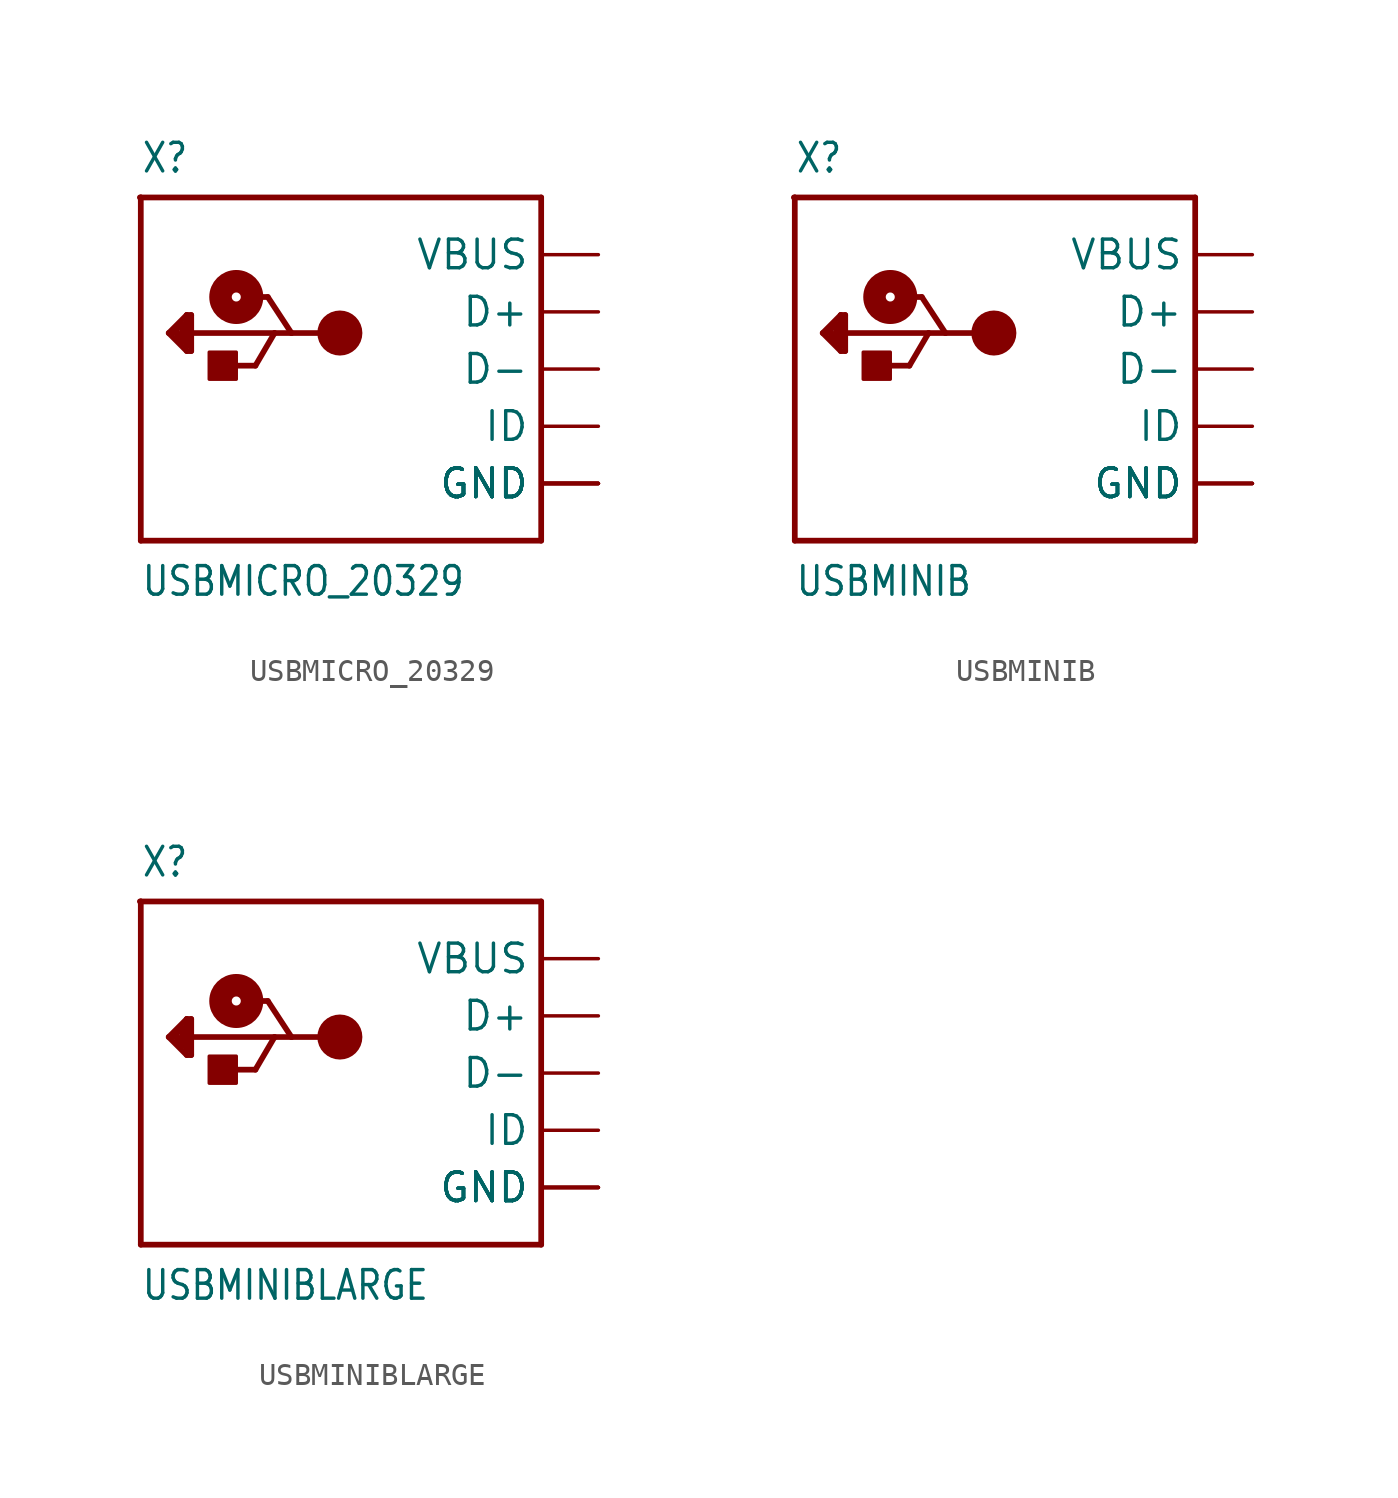
<source format=kicad_sym>
(kicad_symbol_lib
  (version 20211014)
  (generator kicad_symbol_editor)
  (symbol "USBMICRO_20329"
    (property "Reference" "X"
      (at -10.16 8.636 0)
      (effects (font (size 1.27 1.079)) (justify left bottom)))
    (property "Value" "USBMICRO_20329"
      (at -10.16 -10.16 0)
      (effects (font (size 1.27 1.079)) (justify left bottom)))
    (property "ki_locked" ""
      (at 0 0 0)
      (effects (font (size 1.27 1.27))))
    (symbol "USBMICRO_20329_1_0"
      (rectangle (start -7.12 -0.45) (end -5.92 0.75) (stroke (width 0) (type default) (color 0 0 0 0)) (fill (type outline)))
      (circle (center -5.92 3.2) (radius 0.2) (stroke (width 1) (type default) (color 0 0 0 0)) (fill (type none)))
      (circle (center -1.32 1.6) (radius 0.5) (stroke (width 1) (type default) (color 0 0 0 0)) (fill (type none)))
      (polyline (pts (xy -10.2 7.62) (xy -10.16 7.62)) (stroke (width 0.254) (type default) (color 0 0 0 0)) (fill (type none)))
      (polyline (pts (xy -10.16 -7.62) (xy 7.62 -7.62)) (stroke (width 0.254) (type default) (color 0 0 0 0)) (fill (type none)))
      (polyline (pts (xy -10.16 7.62) (xy -10.16 -7.62)) (stroke (width 0.254) (type default) (color 0 0 0 0)) (fill (type none)))
      (polyline (pts (xy -10.16 7.62) (xy 7.62 7.62)) (stroke (width 0.254) (type default) (color 0 0 0 0)) (fill (type none)))
      (polyline (pts (xy -8.92 1.6) (xy -8.12 2.4)) (stroke (width 0.254) (type default) (color 0 0 0 0)) (fill (type none)))
      (polyline (pts (xy -8.52 1.4) (xy -8.32 1.2)) (stroke (width 0.254) (type default) (color 0 0 0 0)) (fill (type none)))
      (polyline (pts (xy -8.52 1.6) (xy -8.52 1.4)) (stroke (width 0.254) (type default) (color 0 0 0 0)) (fill (type none)))
      (polyline (pts (xy -8.32 1.2) (xy -8.32 2)) (stroke (width 0.254) (type default) (color 0 0 0 0)) (fill (type none)))
      (polyline (pts (xy -8.32 2) (xy -8.72 1.6)) (stroke (width 0.254) (type default) (color 0 0 0 0)) (fill (type none)))
      (polyline (pts (xy -8.12 0.8) (xy -8.92 1.6)) (stroke (width 0.254) (type default) (color 0 0 0 0)) (fill (type none)))
      (polyline (pts (xy -8.12 1) (xy -8.12 2.4)) (stroke (width 0.254) (type default) (color 0 0 0 0)) (fill (type none)))
      (polyline (pts (xy -8.12 2.4) (xy -7.92 2.4)) (stroke (width 0.254) (type default) (color 0 0 0 0)) (fill (type none)))
      (polyline (pts (xy -7.92 0.8) (xy -8.12 0.8)) (stroke (width 0.254) (type default) (color 0 0 0 0)) (fill (type none)))
      (polyline (pts (xy -7.92 1.6) (xy -7.92 0.8)) (stroke (width 0.254) (type default) (color 0 0 0 0)) (fill (type none)))
      (polyline (pts (xy -7.92 2.4) (xy -7.92 1.6)) (stroke (width 0.254) (type default) (color 0 0 0 0)) (fill (type none)))
      (polyline (pts (xy -6.27 0.15) (xy -5.07 0.15)) (stroke (width 0.254) (type default) (color 0 0 0 0)) (fill (type none)))
      (polyline (pts (xy -5.52 3.2) (xy -4.52 3.2)) (stroke (width 0.254) (type default) (color 0 0 0 0)) (fill (type none)))
      (polyline (pts (xy -5.07 0.15) (xy -4.22 1.6)) (stroke (width 0.254) (type default) (color 0 0 0 0)) (fill (type none)))
      (polyline (pts (xy -4.52 3.2) (xy -3.47 1.6)) (stroke (width 0.254) (type default) (color 0 0 0 0)) (fill (type none)))
      (polyline (pts (xy -4.22 1.6) (xy -7.92 1.6)) (stroke (width 0.254) (type default) (color 0 0 0 0)) (fill (type none)))
      (polyline (pts (xy -3.47 1.6) (xy -4.22 1.6)) (stroke (width 0.254) (type default) (color 0 0 0 0)) (fill (type none)))
      (polyline (pts (xy -1.32 1.6) (xy -3.47 1.6)) (stroke (width 0.254) (type default) (color 0 0 0 0)) (fill (type none)))
      (polyline (pts (xy 7.62 7.62) (xy 7.62 -7.62)) (stroke (width 0.254) (type default) (color 0 0 0 0)) (fill (type none)))
      (pin power_in line (at 10.16 -5.08 180) (length 2.54) (name "GND" (effects (font (size 1.27 1.27)))) (number "BASE@1" (effects (font (size 0 0)))))
      (pin power_in line (at 10.16 -5.08 180) (length 2.54) (name "GND" (effects (font (size 1.27 1.27)))) (number "BASE@2" (effects (font (size 0 0)))))
      (pin bidirectional line (at 10.16 2.54 180) (length 2.54) (name "D+" (effects (font (size 1.27 1.27)))) (number "D+" (effects (font (size 0 0)))))
      (pin bidirectional line (at 10.16 0 180) (length 2.54) (name "D-" (effects (font (size 1.27 1.27)))) (number "D-" (effects (font (size 0 0)))))
      (pin power_in line (at 10.16 -5.08 180) (length 2.54) (name "GND" (effects (font (size 1.27 1.27)))) (number "GND" (effects (font (size 0 0)))))
      (pin bidirectional line (at 10.16 -2.54 180) (length 2.54) (name "ID" (effects (font (size 1.27 1.27)))) (number "ID" (effects (font (size 0 0)))))
      (pin power_in line (at 10.16 -5.08 180) (length 2.54) (name "GND" (effects (font (size 1.27 1.27)))) (number "SPRT@1" (effects (font (size 0 0)))))
      (pin power_in line (at 10.16 -5.08 180) (length 2.54) (name "GND" (effects (font (size 1.27 1.27)))) (number "SPRT@2" (effects (font (size 0 0)))))
      (pin power_in line (at 10.16 -5.08 180) (length 2.54) (name "GND" (effects (font (size 1.27 1.27)))) (number "SPRT@3" (effects (font (size 0 0)))))
      (pin power_in line (at 10.16 -5.08 180) (length 2.54) (name "GND" (effects (font (size 1.27 1.27)))) (number "SPRT@4" (effects (font (size 0 0)))))
      (pin power_in line (at 10.16 5.08 180) (length 2.54) (name "VBUS" (effects (font (size 1.27 1.27)))) (number "VBUS" (effects (font (size 0 0)))))))
  (symbol "USBMINIB"
    (property "Reference" "X"
      (at -10.16 8.636 0)
      (effects (font (size 1.27 1.079)) (justify left bottom)))
    (property "Value" "USBMINIB"
      (at -10.16 -10.16 0)
      (effects (font (size 1.27 1.079)) (justify left bottom)))
    (property "ki_locked" ""
      (at 0 0 0)
      (effects (font (size 1.27 1.27))))
    (symbol "USBMINIB_1_0"
      (rectangle (start -7.12 -0.45) (end -5.92 0.75) (stroke (width 0) (type default) (color 0 0 0 0)) (fill (type outline)))
      (circle (center -5.92 3.2) (radius 0.2) (stroke (width 1) (type default) (color 0 0 0 0)) (fill (type none)))
      (circle (center -1.32 1.6) (radius 0.5) (stroke (width 1) (type default) (color 0 0 0 0)) (fill (type none)))
      (polyline (pts (xy -10.2 7.62) (xy -10.16 7.62)) (stroke (width 0.254) (type default) (color 0 0 0 0)) (fill (type none)))
      (polyline (pts (xy -10.16 -7.62) (xy 7.62 -7.62)) (stroke (width 0.254) (type default) (color 0 0 0 0)) (fill (type none)))
      (polyline (pts (xy -10.16 7.62) (xy -10.16 -7.62)) (stroke (width 0.254) (type default) (color 0 0 0 0)) (fill (type none)))
      (polyline (pts (xy -10.16 7.62) (xy 7.62 7.62)) (stroke (width 0.254) (type default) (color 0 0 0 0)) (fill (type none)))
      (polyline (pts (xy -8.92 1.6) (xy -8.12 2.4)) (stroke (width 0.254) (type default) (color 0 0 0 0)) (fill (type none)))
      (polyline (pts (xy -8.52 1.4) (xy -8.32 1.2)) (stroke (width 0.254) (type default) (color 0 0 0 0)) (fill (type none)))
      (polyline (pts (xy -8.52 1.6) (xy -8.52 1.4)) (stroke (width 0.254) (type default) (color 0 0 0 0)) (fill (type none)))
      (polyline (pts (xy -8.32 1.2) (xy -8.32 2)) (stroke (width 0.254) (type default) (color 0 0 0 0)) (fill (type none)))
      (polyline (pts (xy -8.32 2) (xy -8.72 1.6)) (stroke (width 0.254) (type default) (color 0 0 0 0)) (fill (type none)))
      (polyline (pts (xy -8.12 0.8) (xy -8.92 1.6)) (stroke (width 0.254) (type default) (color 0 0 0 0)) (fill (type none)))
      (polyline (pts (xy -8.12 1) (xy -8.12 2.4)) (stroke (width 0.254) (type default) (color 0 0 0 0)) (fill (type none)))
      (polyline (pts (xy -8.12 2.4) (xy -7.92 2.4)) (stroke (width 0.254) (type default) (color 0 0 0 0)) (fill (type none)))
      (polyline (pts (xy -7.92 0.8) (xy -8.12 0.8)) (stroke (width 0.254) (type default) (color 0 0 0 0)) (fill (type none)))
      (polyline (pts (xy -7.92 1.6) (xy -7.92 0.8)) (stroke (width 0.254) (type default) (color 0 0 0 0)) (fill (type none)))
      (polyline (pts (xy -7.92 2.4) (xy -7.92 1.6)) (stroke (width 0.254) (type default) (color 0 0 0 0)) (fill (type none)))
      (polyline (pts (xy -6.27 0.15) (xy -5.07 0.15)) (stroke (width 0.254) (type default) (color 0 0 0 0)) (fill (type none)))
      (polyline (pts (xy -5.52 3.2) (xy -4.52 3.2)) (stroke (width 0.254) (type default) (color 0 0 0 0)) (fill (type none)))
      (polyline (pts (xy -5.07 0.15) (xy -4.22 1.6)) (stroke (width 0.254) (type default) (color 0 0 0 0)) (fill (type none)))
      (polyline (pts (xy -4.52 3.2) (xy -3.47 1.6)) (stroke (width 0.254) (type default) (color 0 0 0 0)) (fill (type none)))
      (polyline (pts (xy -4.22 1.6) (xy -7.92 1.6)) (stroke (width 0.254) (type default) (color 0 0 0 0)) (fill (type none)))
      (polyline (pts (xy -3.47 1.6) (xy -4.22 1.6)) (stroke (width 0.254) (type default) (color 0 0 0 0)) (fill (type none)))
      (polyline (pts (xy -1.32 1.6) (xy -3.47 1.6)) (stroke (width 0.254) (type default) (color 0 0 0 0)) (fill (type none)))
      (polyline (pts (xy 7.62 7.62) (xy 7.62 -7.62)) (stroke (width 0.254) (type default) (color 0 0 0 0)) (fill (type none)))
      (pin bidirectional line (at 10.16 2.54 180) (length 2.54) (name "D+" (effects (font (size 1.27 1.27)))) (number "D+" (effects (font (size 0 0)))))
      (pin bidirectional line (at 10.16 0 180) (length 2.54) (name "D-" (effects (font (size 1.27 1.27)))) (number "D-" (effects (font (size 0 0)))))
      (pin power_in line (at 10.16 -5.08 180) (length 2.54) (name "GND" (effects (font (size 1.27 1.27)))) (number "GND" (effects (font (size 0 0)))))
      (pin power_in line (at 10.16 -5.08 180) (length 2.54) (name "GND" (effects (font (size 1.27 1.27)))) (number "GND1" (effects (font (size 0 0)))))
      (pin power_in line (at 10.16 -5.08 180) (length 2.54) (name "GND" (effects (font (size 1.27 1.27)))) (number "GND2" (effects (font (size 0 0)))))
      (pin power_in line (at 10.16 -5.08 180) (length 2.54) (name "GND" (effects (font (size 1.27 1.27)))) (number "GND3" (effects (font (size 0 0)))))
      (pin power_in line (at 10.16 -5.08 180) (length 2.54) (name "GND" (effects (font (size 1.27 1.27)))) (number "GND4" (effects (font (size 0 0)))))
      (pin bidirectional line (at 10.16 -2.54 180) (length 2.54) (name "ID" (effects (font (size 1.27 1.27)))) (number "ID" (effects (font (size 0 0)))))
      (pin power_in line (at 10.16 5.08 180) (length 2.54) (name "VBUS" (effects (font (size 1.27 1.27)))) (number "VBUS" (effects (font (size 0 0)))))))
  (symbol "USBMINIBLARGE"
    (property "Reference" "X"
      (at -10.16 8.636 0)
      (effects (font (size 1.27 1.079)) (justify left bottom)))
    (property "Value" "USBMINIBLARGE"
      (at -10.16 -10.16 0)
      (effects (font (size 1.27 1.079)) (justify left bottom)))
    (property "ki_locked" ""
      (at 0 0 0)
      (effects (font (size 1.27 1.27))))
    (symbol "USBMINIBLARGE_1_0"
      (rectangle (start -7.12 -0.45) (end -5.92 0.75) (stroke (width 0) (type default) (color 0 0 0 0)) (fill (type outline)))
      (circle (center -5.92 3.2) (radius 0.2) (stroke (width 1) (type default) (color 0 0 0 0)) (fill (type none)))
      (circle (center -1.32 1.6) (radius 0.5) (stroke (width 1) (type default) (color 0 0 0 0)) (fill (type none)))
      (polyline (pts (xy -10.2 7.62) (xy -10.16 7.62)) (stroke (width 0.254) (type default) (color 0 0 0 0)) (fill (type none)))
      (polyline (pts (xy -10.16 -7.62) (xy 7.62 -7.62)) (stroke (width 0.254) (type default) (color 0 0 0 0)) (fill (type none)))
      (polyline (pts (xy -10.16 7.62) (xy -10.16 -7.62)) (stroke (width 0.254) (type default) (color 0 0 0 0)) (fill (type none)))
      (polyline (pts (xy -10.16 7.62) (xy 7.62 7.62)) (stroke (width 0.254) (type default) (color 0 0 0 0)) (fill (type none)))
      (polyline (pts (xy -8.92 1.6) (xy -8.12 2.4)) (stroke (width 0.254) (type default) (color 0 0 0 0)) (fill (type none)))
      (polyline (pts (xy -8.52 1.4) (xy -8.32 1.2)) (stroke (width 0.254) (type default) (color 0 0 0 0)) (fill (type none)))
      (polyline (pts (xy -8.52 1.6) (xy -8.52 1.4)) (stroke (width 0.254) (type default) (color 0 0 0 0)) (fill (type none)))
      (polyline (pts (xy -8.32 1.2) (xy -8.32 2)) (stroke (width 0.254) (type default) (color 0 0 0 0)) (fill (type none)))
      (polyline (pts (xy -8.32 2) (xy -8.72 1.6)) (stroke (width 0.254) (type default) (color 0 0 0 0)) (fill (type none)))
      (polyline (pts (xy -8.12 0.8) (xy -8.92 1.6)) (stroke (width 0.254) (type default) (color 0 0 0 0)) (fill (type none)))
      (polyline (pts (xy -8.12 1) (xy -8.12 2.4)) (stroke (width 0.254) (type default) (color 0 0 0 0)) (fill (type none)))
      (polyline (pts (xy -8.12 2.4) (xy -7.92 2.4)) (stroke (width 0.254) (type default) (color 0 0 0 0)) (fill (type none)))
      (polyline (pts (xy -7.92 0.8) (xy -8.12 0.8)) (stroke (width 0.254) (type default) (color 0 0 0 0)) (fill (type none)))
      (polyline (pts (xy -7.92 1.6) (xy -7.92 0.8)) (stroke (width 0.254) (type default) (color 0 0 0 0)) (fill (type none)))
      (polyline (pts (xy -7.92 2.4) (xy -7.92 1.6)) (stroke (width 0.254) (type default) (color 0 0 0 0)) (fill (type none)))
      (polyline (pts (xy -6.27 0.15) (xy -5.07 0.15)) (stroke (width 0.254) (type default) (color 0 0 0 0)) (fill (type none)))
      (polyline (pts (xy -5.52 3.2) (xy -4.52 3.2)) (stroke (width 0.254) (type default) (color 0 0 0 0)) (fill (type none)))
      (polyline (pts (xy -5.07 0.15) (xy -4.22 1.6)) (stroke (width 0.254) (type default) (color 0 0 0 0)) (fill (type none)))
      (polyline (pts (xy -4.52 3.2) (xy -3.47 1.6)) (stroke (width 0.254) (type default) (color 0 0 0 0)) (fill (type none)))
      (polyline (pts (xy -4.22 1.6) (xy -7.92 1.6)) (stroke (width 0.254) (type default) (color 0 0 0 0)) (fill (type none)))
      (polyline (pts (xy -3.47 1.6) (xy -4.22 1.6)) (stroke (width 0.254) (type default) (color 0 0 0 0)) (fill (type none)))
      (polyline (pts (xy -1.32 1.6) (xy -3.47 1.6)) (stroke (width 0.254) (type default) (color 0 0 0 0)) (fill (type none)))
      (polyline (pts (xy 7.62 7.62) (xy 7.62 -7.62)) (stroke (width 0.254) (type default) (color 0 0 0 0)) (fill (type none)))
      (pin bidirectional line (at 10.16 2.54 180) (length 2.54) (name "D+" (effects (font (size 1.27 1.27)))) (number "D+" (effects (font (size 0 0)))))
      (pin bidirectional line (at 10.16 0 180) (length 2.54) (name "D-" (effects (font (size 1.27 1.27)))) (number "D-" (effects (font (size 0 0)))))
      (pin power_in line (at 10.16 -5.08 180) (length 2.54) (name "GND" (effects (font (size 1.27 1.27)))) (number "GND" (effects (font (size 0 0)))))
      (pin power_in line (at 10.16 -5.08 180) (length 2.54) (name "GND" (effects (font (size 1.27 1.27)))) (number "GND1" (effects (font (size 0 0)))))
      (pin power_in line (at 10.16 -5.08 180) (length 2.54) (name "GND" (effects (font (size 1.27 1.27)))) (number "GND2" (effects (font (size 0 0)))))
      (pin power_in line (at 10.16 -5.08 180) (length 2.54) (name "GND" (effects (font (size 1.27 1.27)))) (number "GND3" (effects (font (size 0 0)))))
      (pin power_in line (at 10.16 -5.08 180) (length 2.54) (name "GND" (effects (font (size 1.27 1.27)))) (number "GND4" (effects (font (size 0 0)))))
      (pin bidirectional line (at 10.16 -2.54 180) (length 2.54) (name "ID" (effects (font (size 1.27 1.27)))) (number "ID" (effects (font (size 0 0)))))
      (pin power_in line (at 10.16 5.08 180) (length 2.54) (name "VBUS" (effects (font (size 1.27 1.27)))) (number "VBUS" (effects (font (size 0 0))))))))
</source>
